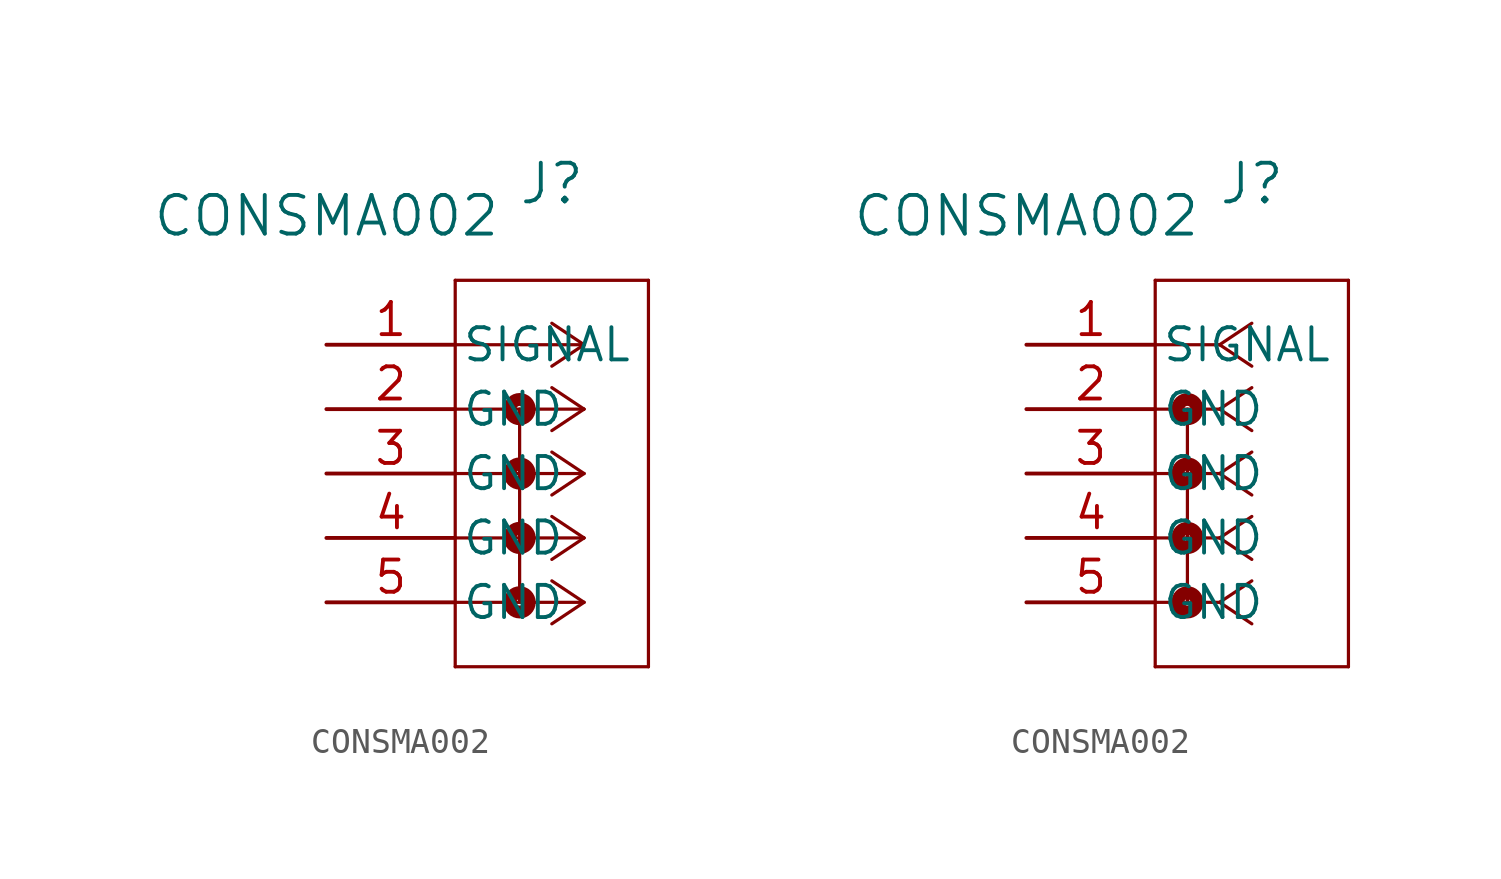
<source format=kicad_sym>
(kicad_symbol_lib
  (version 20220914)
  (generator kicad_symbol_editor)
  (symbol "CONSMA002"
    (pin_names
      (offset 0.254))
    (property "Reference" "J"
      (at 8.89 6.35 0)
      (effects (font (size 1.524 1.524))))
    (property "Value" "CONSMA002"
      (at 0 5.08 0)
      (effects (font (size 1.524 1.524))))
    (property "ki_locked" ""
      (at 0 0 0)
      (effects (font (size 1.27 1.27))))
    (symbol "CONSMA002_1_1"
      (polyline (pts (xy 5.08 -12.7) (xy 12.7 -12.7)) (stroke (width 0.127) (type default)) (fill (type none)))
      (polyline (pts (xy 5.08 2.54) (xy 5.08 -12.7)) (stroke (width 0.127) (type default)) (fill (type none)))
      (polyline (pts (xy 7.62 -2.54) (xy 7.62 -10.16)) (stroke (width 0.127) (type default)) (fill (type none)))
      (polyline (pts (xy 10.16 -10.16) (xy 5.08 -10.16)) (stroke (width 0.127) (type default)) (fill (type none)))
      (polyline (pts (xy 10.16 -10.16) (xy 8.89 -11.007)) (stroke (width 0.127) (type default)) (fill (type none)))
      (polyline (pts (xy 10.16 -10.16) (xy 8.89 -9.313)) (stroke (width 0.127) (type default)) (fill (type none)))
      (polyline (pts (xy 10.16 -7.62) (xy 5.08 -7.62)) (stroke (width 0.127) (type default)) (fill (type none)))
      (polyline (pts (xy 10.16 -7.62) (xy 8.89 -8.467)) (stroke (width 0.127) (type default)) (fill (type none)))
      (polyline (pts (xy 10.16 -7.62) (xy 8.89 -6.773)) (stroke (width 0.127) (type default)) (fill (type none)))
      (polyline (pts (xy 10.16 -5.08) (xy 5.08 -5.08)) (stroke (width 0.127) (type default)) (fill (type none)))
      (polyline (pts (xy 10.16 -5.08) (xy 8.89 -5.927)) (stroke (width 0.127) (type default)) (fill (type none)))
      (polyline (pts (xy 10.16 -5.08) (xy 8.89 -4.233)) (stroke (width 0.127) (type default)) (fill (type none)))
      (polyline (pts (xy 10.16 -2.54) (xy 5.08 -2.54)) (stroke (width 0.127) (type default)) (fill (type none)))
      (polyline (pts (xy 10.16 -2.54) (xy 8.89 -3.387)) (stroke (width 0.127) (type default)) (fill (type none)))
      (polyline (pts (xy 10.16 -2.54) (xy 8.89 -1.693)) (stroke (width 0.127) (type default)) (fill (type none)))
      (polyline (pts (xy 10.16 0) (xy 5.08 0)) (stroke (width 0.127) (type default)) (fill (type none)))
      (polyline (pts (xy 10.16 0) (xy 8.89 -0.847)) (stroke (width 0.127) (type default)) (fill (type none)))
      (polyline (pts (xy 10.16 0) (xy 8.89 0.847)) (stroke (width 0.127) (type default)) (fill (type none)))
      (polyline (pts (xy 12.7 -12.7) (xy 12.7 2.54)) (stroke (width 0.127) (type default)) (fill (type none)))
      (polyline (pts (xy 12.7 2.54) (xy 5.08 2.54)) (stroke (width 0.127) (type default)) (fill (type none)))
      (circle (center 7.62 -10.16) (radius 0.127) (stroke (width 0.508) (type default)) (fill (type none)))
      (circle (center 7.62 -7.62) (radius 0.127) (stroke (width 0.508) (type default)) (fill (type none)))
      (circle (center 7.62 -5.08) (radius 0.127) (stroke (width 0.508) (type default)) (fill (type none)))
      (circle (center 7.62 -2.54) (radius 0.127) (stroke (width 0.508) (type default)) (fill (type none)))
      (pin input line (at 0 0 0) (length 5.08) (name "SIGNAL" (effects (font (size 1.27 1.27)))) (number "1" (effects (font (size 1.27 1.27)))))
      (pin power_in line (at 0 -2.54 0) (length 5.08) (name "GND" (effects (font (size 1.27 1.27)))) (number "2" (effects (font (size 1.27 1.27)))))
      (pin power_in line (at 0 -5.08 0) (length 5.08) (name "GND" (effects (font (size 1.27 1.27)))) (number "3" (effects (font (size 1.27 1.27)))))
      (pin power_in line (at 0 -7.62 0) (length 5.08) (name "GND" (effects (font (size 1.27 1.27)))) (number "4" (effects (font (size 1.27 1.27)))))
      (pin power_in line (at 0 -10.16 0) (length 5.08) (name "GND" (effects (font (size 1.27 1.27)))) (number "5" (effects (font (size 1.27 1.27))))))
    (symbol "CONSMA002_1_2"
      (polyline (pts (xy 5.08 -12.7) (xy 12.7 -12.7)) (stroke (width 0.127) (type default)) (fill (type none)))
      (polyline (pts (xy 5.08 2.54) (xy 5.08 -12.7)) (stroke (width 0.127) (type default)) (fill (type none)))
      (polyline (pts (xy 6.35 -2.54) (xy 6.35 -10.16)) (stroke (width 0.127) (type default)) (fill (type none)))
      (polyline (pts (xy 7.62 -10.16) (xy 5.08 -10.16)) (stroke (width 0.127) (type default)) (fill (type none)))
      (polyline (pts (xy 7.62 -10.16) (xy 8.89 -11.007)) (stroke (width 0.127) (type default)) (fill (type none)))
      (polyline (pts (xy 7.62 -10.16) (xy 8.89 -9.313)) (stroke (width 0.127) (type default)) (fill (type none)))
      (polyline (pts (xy 7.62 -7.62) (xy 5.08 -7.62)) (stroke (width 0.127) (type default)) (fill (type none)))
      (polyline (pts (xy 7.62 -7.62) (xy 8.89 -8.467)) (stroke (width 0.127) (type default)) (fill (type none)))
      (polyline (pts (xy 7.62 -7.62) (xy 8.89 -6.773)) (stroke (width 0.127) (type default)) (fill (type none)))
      (polyline (pts (xy 7.62 -5.08) (xy 5.08 -5.08)) (stroke (width 0.127) (type default)) (fill (type none)))
      (polyline (pts (xy 7.62 -5.08) (xy 8.89 -5.927)) (stroke (width 0.127) (type default)) (fill (type none)))
      (polyline (pts (xy 7.62 -5.08) (xy 8.89 -4.233)) (stroke (width 0.127) (type default)) (fill (type none)))
      (polyline (pts (xy 7.62 -2.54) (xy 5.08 -2.54)) (stroke (width 0.127) (type default)) (fill (type none)))
      (polyline (pts (xy 7.62 -2.54) (xy 8.89 -3.387)) (stroke (width 0.127) (type default)) (fill (type none)))
      (polyline (pts (xy 7.62 -2.54) (xy 8.89 -1.693)) (stroke (width 0.127) (type default)) (fill (type none)))
      (polyline (pts (xy 7.62 0) (xy 5.08 0)) (stroke (width 0.127) (type default)) (fill (type none)))
      (polyline (pts (xy 7.62 0) (xy 8.89 -0.847)) (stroke (width 0.127) (type default)) (fill (type none)))
      (polyline (pts (xy 7.62 0) (xy 8.89 0.847)) (stroke (width 0.127) (type default)) (fill (type none)))
      (polyline (pts (xy 12.7 -12.7) (xy 12.7 2.54)) (stroke (width 0.127) (type default)) (fill (type none)))
      (polyline (pts (xy 12.7 2.54) (xy 5.08 2.54)) (stroke (width 0.127) (type default)) (fill (type none)))
      (circle (center 6.35 -10.16) (radius 0.127) (stroke (width 0.508) (type default)) (fill (type none)))
      (circle (center 6.35 -7.62) (radius 0.127) (stroke (width 0.508) (type default)) (fill (type none)))
      (circle (center 6.35 -5.08) (radius 0.127) (stroke (width 0.508) (type default)) (fill (type none)))
      (circle (center 6.35 -2.54) (radius 0.127) (stroke (width 0.508) (type default)) (fill (type none)))
      (pin unspecified line (at 0 0 0) (length 5.08) (name "SIGNAL" (effects (font (size 1.27 1.27)))) (number "1" (effects (font (size 1.27 1.27)))))
      (pin unspecified line (at 0 -2.54 0) (length 5.08) (name "GND" (effects (font (size 1.27 1.27)))) (number "2" (effects (font (size 1.27 1.27)))))
      (pin unspecified line (at 0 -5.08 0) (length 5.08) (name "GND" (effects (font (size 1.27 1.27)))) (number "3" (effects (font (size 1.27 1.27)))))
      (pin unspecified line (at 0 -7.62 0) (length 5.08) (name "GND" (effects (font (size 1.27 1.27)))) (number "4" (effects (font (size 1.27 1.27)))))
      (pin unspecified line (at 0 -10.16 0) (length 5.08) (name "GND" (effects (font (size 1.27 1.27)))) (number "5" (effects (font (size 1.27 1.27))))))))
</source>
